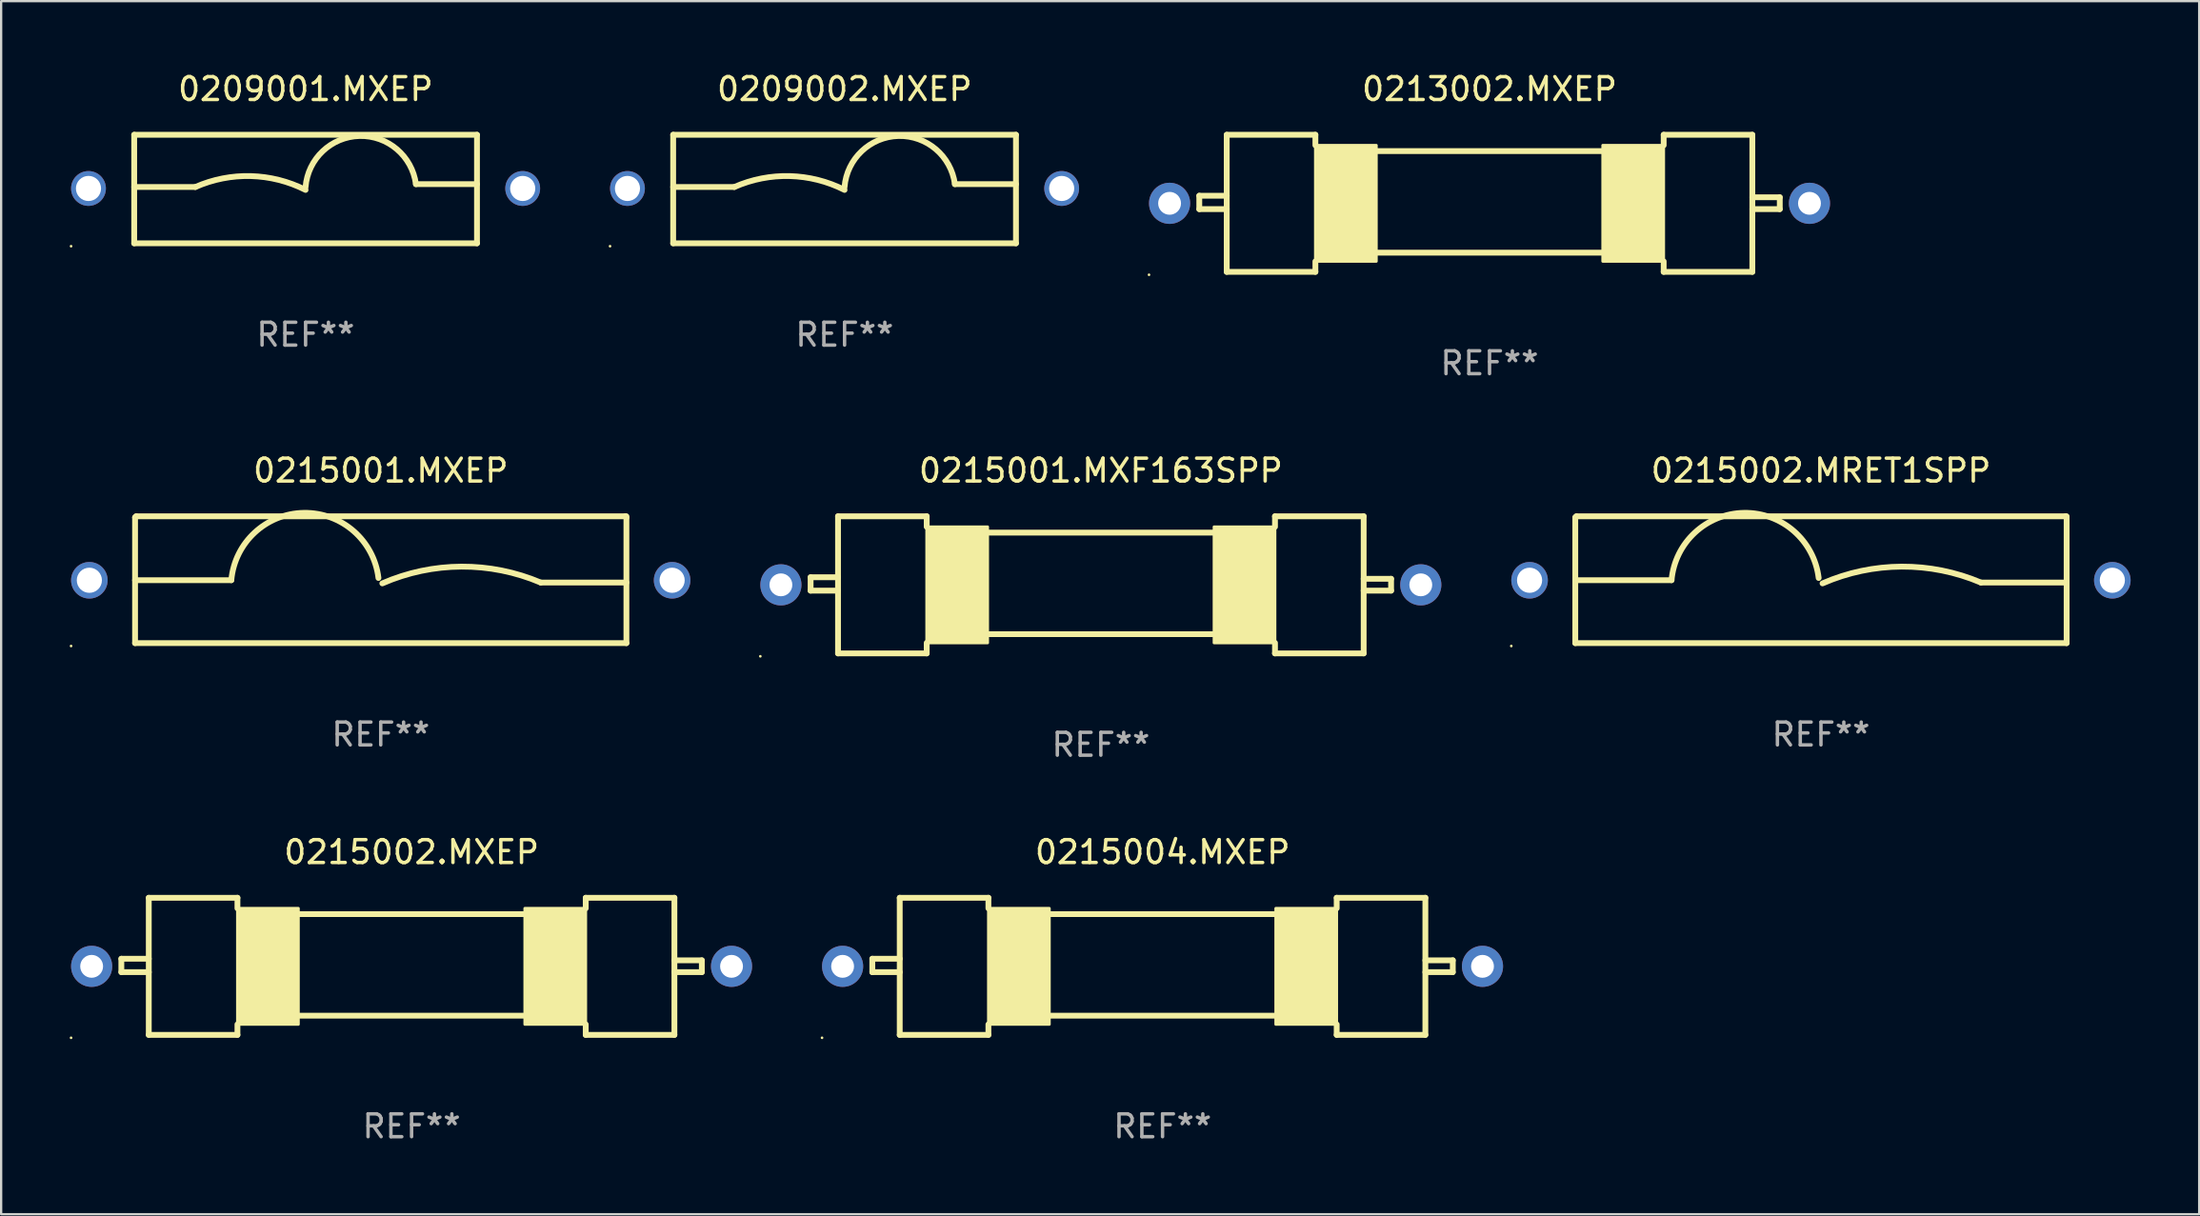
<source format=kicad_pcb>
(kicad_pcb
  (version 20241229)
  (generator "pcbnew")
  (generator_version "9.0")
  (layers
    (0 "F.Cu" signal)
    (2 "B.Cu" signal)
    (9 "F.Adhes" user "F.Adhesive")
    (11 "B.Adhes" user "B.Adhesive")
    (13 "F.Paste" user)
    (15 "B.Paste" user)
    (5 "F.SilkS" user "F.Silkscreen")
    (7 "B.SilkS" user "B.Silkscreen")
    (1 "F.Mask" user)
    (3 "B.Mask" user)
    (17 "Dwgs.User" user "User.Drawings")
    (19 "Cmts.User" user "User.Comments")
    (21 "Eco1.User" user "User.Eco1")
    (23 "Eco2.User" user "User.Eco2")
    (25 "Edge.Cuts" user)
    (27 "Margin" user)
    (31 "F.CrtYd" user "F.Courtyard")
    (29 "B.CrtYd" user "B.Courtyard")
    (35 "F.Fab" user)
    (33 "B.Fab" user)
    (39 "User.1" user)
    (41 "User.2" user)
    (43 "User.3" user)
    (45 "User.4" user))
  (footprint "0209001.MXEP"
    (layer "F.Cu")
    (at 10.322 5.223)
    (property "Reference" "0209001.MXEP" (at 0 -4.375 0) (layer "F.SilkS") (effects (font (size 1 1) (thickness 0.15))))
    (attr through_hole)
    (fp_line (start -7.5 -2.375) (end 7.5 -2.375) (stroke (width 0.254) (type solid)) (layer "F.SilkS"))
    (fp_line (start -7.5 2.375) (end -7.5 -2.375) (stroke (width 0.254) (type solid)) (layer "F.SilkS"))
    (fp_line (start -7.5 2.375) (end 7.5 2.375) (stroke (width 0.254) (type solid)) (layer "F.SilkS"))
    (fp_line (start -4.824 -0.089) (end -7.5 -0.089) (stroke (width 0.254) (type solid)) (layer "F.SilkS"))
    (fp_line (start 4.828 -0.214) (end 7.5 -0.214) (stroke (width 0.254) (type solid)) (layer "F.SilkS"))
    (fp_line (start 7.5 -2.375) (end 7.5 2.375) (stroke (width 0.254) (type solid)) (layer "F.SilkS"))
    (fp_arc (start -4.824359 -0.088748) (mid -2.398785 -0.567067) (end -0.001702 0.038074) (stroke (width 0.254001) (type solid)) (layer "F.SilkS"))
    (fp_arc (start -0.001625 -0.086488) (mid 2.355933 -2.321685) (end 4.827711 -0.213487) (stroke (width 0.254001) (type solid)) (layer "F.SilkS"))
    (fp_circle (center -10.262 2.502) (end -10.232 2.502) (stroke (width 0.06) (type solid)) (fill no) (layer "F.SilkS"))
    (fp_text user "REF**" (at 0 6.375 0) (layer "F.Fab") (effects (font (size 1 1) (thickness 0.15))))
    (pad "1" thru_hole circle (at -9.5 -0.025) (size 1.524 1.524) (drill 1.1) (layers "*.Cu" "*.Mask"))
    (pad "2" thru_hole circle (at 9.5 -0.025) (size 1.524 1.524) (drill 1.1) (layers "*.Cu" "*.Mask")))
  (footprint "0215001.MXEP"
    (layer "F.Cu")
    (at 13.61 22.32)
    (property "Reference" "0215001.MXEP" (at 0 -4.775 0) (layer "F.SilkS") (effects (font (size 1 1) (thickness 0.15))))
    (attr through_hole)
    (fp_line (start -10.75 -2.725) (end -10.7 -2.775) (stroke (width 0.254) (type solid)) (layer "F.SilkS"))
    (fp_line (start -10.75 2.775) (end -10.75 -2.725) (stroke (width 0.254) (type solid)) (layer "F.SilkS"))
    (fp_line (start -10.75 2.775) (end 10.75 2.775) (stroke (width 0.254) (type solid)) (layer "F.SilkS"))
    (fp_line (start -10.7 -2.775) (end 10.7 -2.775) (stroke (width 0.254) (type solid)) (layer "F.SilkS"))
    (fp_line (start -6.538 0.021) (end -10.75 0.021) (stroke (width 0.254) (type solid)) (layer "F.SilkS"))
    (fp_line (start 7 0.125) (end 10.75 0.125) (stroke (width 0.254) (type solid)) (layer "F.SilkS"))
    (fp_line (start 10.7 -2.775) (end 10.75 -2.725) (stroke (width 0.254) (type solid)) (layer "F.SilkS"))
    (fp_line (start 10.75 2.775) (end 10.75 -2.775) (stroke (width 0.254) (type solid)) (layer "F.SilkS"))
    (fp_arc (start -6.538277 0.020573) (mid -3.362163 -2.925392) (end -0.1 -0.075006) (stroke (width 0.254001) (type solid)) (layer "F.SilkS"))
    (fp_arc (start 0.069571 0.160528) (mid 3.531132 -0.572293) (end 7.000025 0.124994) (stroke (width 0.254001) (type solid)) (layer "F.SilkS"))
    (fp_circle (center -13.55 2.902) (end -13.52 2.902) (stroke (width 0.06) (type solid)) (fill no) (layer "F.SilkS"))
    (fp_text user "REF**" (at 0 6.775 0) (layer "F.Fab") (effects (font (size 1 1) (thickness 0.15))))
    (pad "1" thru_hole circle (at -12.75 0.025) (size 1.6 1.6) (drill 1.1) (layers "*.Cu" "*.Mask"))
    (pad "2" thru_hole circle (at 12.75 0.025) (size 1.6 1.6) (drill 1.1) (layers "*.Cu" "*.Mask")))
  (footprint "0215002.MXEP"
    (layer "F.Cu")
    (at 14.96 39.241)
    (property "Reference" "0215002.MXEP" (at 0 -5 0) (layer "F.SilkS") (effects (font (size 1 1) (thickness 0.15))))
    (attr through_hole)
    (fp_line (start -12.7 -0.332) (end -12.7 0.254) (stroke (width 0.254) (type solid)) (layer "F.SilkS"))
    (fp_line (start -12.7 0.254) (end -11.5 0.254) (stroke (width 0.254) (type solid)) (layer "F.SilkS"))
    (fp_line (start -11.5 -3) (end -11.5 3) (stroke (width 0.254) (type solid)) (layer "F.SilkS"))
    (fp_line (start -11.5 -3) (end -7.62 -3) (stroke (width 0.254) (type solid)) (layer "F.SilkS"))
    (fp_line (start -11.5 -0.332) (end -12.7 -0.332) (stroke (width 0.254) (type solid)) (layer "F.SilkS"))
    (fp_line (start -7.62 -2.54) (end -7.62 -3) (stroke (width 0.254) (type solid)) (layer "F.SilkS"))
    (fp_line (start -7.62 2.54) (end -7.62 3) (stroke (width 0.254) (type solid)) (layer "F.SilkS"))
    (fp_line (start -7.62 3) (end -11.5 3) (stroke (width 0.254) (type solid)) (layer "F.SilkS"))
    (fp_line (start -4.953 -2.286) (end 4.953 -2.286) (stroke (width 0.254) (type solid)) (layer "F.SilkS"))
    (fp_line (start -4.953 2.159) (end 4.953 2.159) (stroke (width 0.254) (type solid)) (layer "F.SilkS"))
    (fp_line (start 7.62 -3) (end 11.5 -3) (stroke (width 0.254) (type solid)) (layer "F.SilkS"))
    (fp_line (start 7.62 -2.54) (end 7.62 -3) (stroke (width 0.254) (type solid)) (layer "F.SilkS"))
    (fp_line (start 7.62 2.54) (end 7.62 3) (stroke (width 0.254) (type solid)) (layer "F.SilkS"))
    (fp_line (start 7.62 3) (end 11.5 3) (stroke (width 0.254) (type solid)) (layer "F.SilkS"))
    (fp_line (start 11.5 -3) (end 11.5 3) (stroke (width 0.254) (type solid)) (layer "F.SilkS"))
    (fp_line (start 11.5 -0.264) (end 12.7 -0.264) (stroke (width 0.254) (type solid)) (layer "F.SilkS"))
    (fp_line (start 12.7 -0.264) (end 12.7 0.254) (stroke (width 0.254) (type solid)) (layer "F.SilkS"))
    (fp_line (start 12.7 0.254) (end 11.5 0.254) (stroke (width 0.254) (type solid)) (layer "F.SilkS"))
    (fp_circle (center -14.9 3.127) (end -14.87 3.127) (stroke (width 0.06) (type solid)) (fill no) (layer "F.SilkS"))
    (fp_poly (pts (xy -7.62 -2.54) (xy -4.953 -2.54) (xy -4.953 2.54) (xy -7.62 2.54)) (stroke (width 0.12) (type solid)) (fill yes) (layer "F.SilkS"))
    (fp_poly (pts (xy 4.953 -2.54) (xy 7.62 -2.54) (xy 7.62 2.54) (xy 4.953 2.54)) (stroke (width 0.12) (type solid)) (fill yes) (layer "F.SilkS"))
    (fp_text user "REF**" (at 0 7 0) (layer "F.Fab") (effects (font (size 1 1) (thickness 0.15))))
    (pad "1" thru_hole circle (at -14 0) (size 1.8 1.8) (drill 1) (layers "*.Cu" "*.Mask"))
    (pad "2" thru_hole circle (at 14 0) (size 1.8 1.8) (drill 1) (layers "*.Cu" "*.Mask")))
  (footprint "0215001.MXF163SPP"
    (layer "F.Cu")
    (at 45.12 22.545)
    (property "Reference" "0215001.MXF163SPP" (at 0 -5 0) (layer "F.SilkS") (effects (font (size 1 1) (thickness 0.15))))
    (attr through_hole)
    (fp_line (start -12.7 -0.332) (end -12.7 0.254) (stroke (width 0.254) (type solid)) (layer "F.SilkS"))
    (fp_line (start -12.7 0.254) (end -11.5 0.254) (stroke (width 0.254) (type solid)) (layer "F.SilkS"))
    (fp_line (start -11.5 -3) (end -11.5 3) (stroke (width 0.254) (type solid)) (layer "F.SilkS"))
    (fp_line (start -11.5 -3) (end -7.62 -3) (stroke (width 0.254) (type solid)) (layer "F.SilkS"))
    (fp_line (start -11.5 -0.332) (end -12.7 -0.332) (stroke (width 0.254) (type solid)) (layer "F.SilkS"))
    (fp_line (start -7.62 -2.54) (end -7.62 -3) (stroke (width 0.254) (type solid)) (layer "F.SilkS"))
    (fp_line (start -7.62 2.54) (end -7.62 3) (stroke (width 0.254) (type solid)) (layer "F.SilkS"))
    (fp_line (start -7.62 3) (end -11.5 3) (stroke (width 0.254) (type solid)) (layer "F.SilkS"))
    (fp_line (start -4.953 -2.286) (end 4.953 -2.286) (stroke (width 0.254) (type solid)) (layer "F.SilkS"))
    (fp_line (start -4.953 2.159) (end 4.953 2.159) (stroke (width 0.254) (type solid)) (layer "F.SilkS"))
    (fp_line (start 7.62 -3) (end 11.5 -3) (stroke (width 0.254) (type solid)) (layer "F.SilkS"))
    (fp_line (start 7.62 -2.54) (end 7.62 -3) (stroke (width 0.254) (type solid)) (layer "F.SilkS"))
    (fp_line (start 7.62 2.54) (end 7.62 3) (stroke (width 0.254) (type solid)) (layer "F.SilkS"))
    (fp_line (start 7.62 3) (end 11.5 3) (stroke (width 0.254) (type solid)) (layer "F.SilkS"))
    (fp_line (start 11.5 -3) (end 11.5 3) (stroke (width 0.254) (type solid)) (layer "F.SilkS"))
    (fp_line (start 11.5 -0.264) (end 12.7 -0.264) (stroke (width 0.254) (type solid)) (layer "F.SilkS"))
    (fp_line (start 12.7 -0.264) (end 12.7 0.254) (stroke (width 0.254) (type solid)) (layer "F.SilkS"))
    (fp_line (start 12.7 0.254) (end 11.5 0.254) (stroke (width 0.254) (type solid)) (layer "F.SilkS"))
    (fp_circle (center -14.9 3.127) (end -14.87 3.127) (stroke (width 0.06) (type solid)) (fill no) (layer "F.SilkS"))
    (fp_poly (pts (xy -7.62 -2.54) (xy -4.953 -2.54) (xy -4.953 2.54) (xy -7.62 2.54)) (stroke (width 0.12) (type solid)) (fill yes) (layer "F.SilkS"))
    (fp_poly (pts (xy 4.953 -2.54) (xy 7.62 -2.54) (xy 7.62 2.54) (xy 4.953 2.54)) (stroke (width 0.12) (type solid)) (fill yes) (layer "F.SilkS"))
    (fp_text user "REF**" (at 0 7 0) (layer "F.Fab") (effects (font (size 1 1) (thickness 0.15))))
    (pad "1" thru_hole circle (at -14 0) (size 1.8 1.8) (drill 1) (layers "*.Cu" "*.Mask"))
    (pad "2" thru_hole circle (at 14 0) (size 1.8 1.8) (drill 1) (layers "*.Cu" "*.Mask")))
  (footprint "0213002.MXEP"
    (layer "F.Cu")
    (at 62.128 5.848)
    (property "Reference" "0213002.MXEP" (at 0 -5 0) (layer "F.SilkS") (effects (font (size 1 1) (thickness 0.15))))
    (attr through_hole)
    (fp_line (start -12.7 -0.332) (end -12.7 0.254) (stroke (width 0.254) (type solid)) (layer "F.SilkS"))
    (fp_line (start -12.7 0.254) (end -11.5 0.254) (stroke (width 0.254) (type solid)) (layer "F.SilkS"))
    (fp_line (start -11.5 -3) (end -11.5 3) (stroke (width 0.254) (type solid)) (layer "F.SilkS"))
    (fp_line (start -11.5 -3) (end -7.62 -3) (stroke (width 0.254) (type solid)) (layer "F.SilkS"))
    (fp_line (start -11.5 -0.332) (end -12.7 -0.332) (stroke (width 0.254) (type solid)) (layer "F.SilkS"))
    (fp_line (start -7.62 -2.54) (end -7.62 -3) (stroke (width 0.254) (type solid)) (layer "F.SilkS"))
    (fp_line (start -7.62 2.54) (end -7.62 3) (stroke (width 0.254) (type solid)) (layer "F.SilkS"))
    (fp_line (start -7.62 3) (end -11.5 3) (stroke (width 0.254) (type solid)) (layer "F.SilkS"))
    (fp_line (start -4.953 -2.286) (end 4.953 -2.286) (stroke (width 0.254) (type solid)) (layer "F.SilkS"))
    (fp_line (start -4.953 2.159) (end 4.953 2.159) (stroke (width 0.254) (type solid)) (layer "F.SilkS"))
    (fp_line (start 7.62 -3) (end 11.5 -3) (stroke (width 0.254) (type solid)) (layer "F.SilkS"))
    (fp_line (start 7.62 -2.54) (end 7.62 -3) (stroke (width 0.254) (type solid)) (layer "F.SilkS"))
    (fp_line (start 7.62 2.54) (end 7.62 3) (stroke (width 0.254) (type solid)) (layer "F.SilkS"))
    (fp_line (start 7.62 3) (end 11.5 3) (stroke (width 0.254) (type solid)) (layer "F.SilkS"))
    (fp_line (start 11.5 -3) (end 11.5 3) (stroke (width 0.254) (type solid)) (layer "F.SilkS"))
    (fp_line (start 11.5 -0.264) (end 12.7 -0.264) (stroke (width 0.254) (type solid)) (layer "F.SilkS"))
    (fp_line (start 12.7 -0.264) (end 12.7 0.254) (stroke (width 0.254) (type solid)) (layer "F.SilkS"))
    (fp_line (start 12.7 0.254) (end 11.5 0.254) (stroke (width 0.254) (type solid)) (layer "F.SilkS"))
    (fp_circle (center -14.9 3.127) (end -14.87 3.127) (stroke (width 0.06) (type solid)) (fill no) (layer "F.SilkS"))
    (fp_poly (pts (xy -7.62 -2.54) (xy -4.953 -2.54) (xy -4.953 2.54) (xy -7.62 2.54)) (stroke (width 0.12) (type solid)) (fill yes) (layer "F.SilkS"))
    (fp_poly (pts (xy 4.953 -2.54) (xy 7.62 -2.54) (xy 7.62 2.54) (xy 4.953 2.54)) (stroke (width 0.12) (type solid)) (fill yes) (layer "F.SilkS"))
    (fp_text user "REF**" (at 0 7 0) (layer "F.Fab") (effects (font (size 1 1) (thickness 0.15))))
    (pad "1" thru_hole circle (at -14 0) (size 1.8 1.8) (drill 1) (layers "*.Cu" "*.Mask"))
    (pad "2" thru_hole circle (at 14 0) (size 1.8 1.8) (drill 1) (layers "*.Cu" "*.Mask")))
  (footprint "0209002.MXEP"
    (layer "F.Cu")
    (at 33.906 5.223)
    (property "Reference" "0209002.MXEP" (at 0 -4.375 0) (layer "F.SilkS") (effects (font (size 1 1) (thickness 0.15))))
    (attr through_hole)
    (fp_line (start -7.5 -2.375) (end 7.5 -2.375) (stroke (width 0.254) (type solid)) (layer "F.SilkS"))
    (fp_line (start -7.5 2.375) (end -7.5 -2.375) (stroke (width 0.254) (type solid)) (layer "F.SilkS"))
    (fp_line (start -7.5 2.375) (end 7.5 2.375) (stroke (width 0.254) (type solid)) (layer "F.SilkS"))
    (fp_line (start -4.824 -0.089) (end -7.5 -0.089) (stroke (width 0.254) (type solid)) (layer "F.SilkS"))
    (fp_line (start 4.828 -0.214) (end 7.5 -0.214) (stroke (width 0.254) (type solid)) (layer "F.SilkS"))
    (fp_line (start 7.5 -2.375) (end 7.5 2.375) (stroke (width 0.254) (type solid)) (layer "F.SilkS"))
    (fp_arc (start -4.824359 -0.088748) (mid -2.398785 -0.567067) (end -0.001702 0.038074) (stroke (width 0.254001) (type solid)) (layer "F.SilkS"))
    (fp_arc (start -0.001625 -0.086488) (mid 2.355933 -2.321685) (end 4.827711 -0.213487) (stroke (width 0.254001) (type solid)) (layer "F.SilkS"))
    (fp_circle (center -10.262 2.502) (end -10.232 2.502) (stroke (width 0.06) (type solid)) (fill no) (layer "F.SilkS"))
    (fp_text user "REF**" (at 0 6.375 0) (layer "F.Fab") (effects (font (size 1 1) (thickness 0.15))))
    (pad "1" thru_hole circle (at -9.5 -0.025) (size 1.524 1.524) (drill 1.1) (layers "*.Cu" "*.Mask"))
    (pad "2" thru_hole circle (at 9.5 -0.025) (size 1.524 1.524) (drill 1.1) (layers "*.Cu" "*.Mask")))
  (footprint "0215004.MXEP"
    (layer "F.Cu")
    (at 47.82 39.241)
    (property "Reference" "0215004.MXEP" (at 0 -5 0) (layer "F.SilkS") (effects (font (size 1 1) (thickness 0.15))))
    (attr through_hole)
    (fp_line (start -12.7 -0.332) (end -12.7 0.254) (stroke (width 0.254) (type solid)) (layer "F.SilkS"))
    (fp_line (start -12.7 0.254) (end -11.5 0.254) (stroke (width 0.254) (type solid)) (layer "F.SilkS"))
    (fp_line (start -11.5 -3) (end -11.5 3) (stroke (width 0.254) (type solid)) (layer "F.SilkS"))
    (fp_line (start -11.5 -3) (end -7.62 -3) (stroke (width 0.254) (type solid)) (layer "F.SilkS"))
    (fp_line (start -11.5 -0.332) (end -12.7 -0.332) (stroke (width 0.254) (type solid)) (layer "F.SilkS"))
    (fp_line (start -7.62 -2.54) (end -7.62 -3) (stroke (width 0.254) (type solid)) (layer "F.SilkS"))
    (fp_line (start -7.62 2.54) (end -7.62 3) (stroke (width 0.254) (type solid)) (layer "F.SilkS"))
    (fp_line (start -7.62 3) (end -11.5 3) (stroke (width 0.254) (type solid)) (layer "F.SilkS"))
    (fp_line (start -4.953 -2.286) (end 4.953 -2.286) (stroke (width 0.254) (type solid)) (layer "F.SilkS"))
    (fp_line (start -4.953 2.159) (end 4.953 2.159) (stroke (width 0.254) (type solid)) (layer "F.SilkS"))
    (fp_line (start 7.62 -3) (end 11.5 -3) (stroke (width 0.254) (type solid)) (layer "F.SilkS"))
    (fp_line (start 7.62 -2.54) (end 7.62 -3) (stroke (width 0.254) (type solid)) (layer "F.SilkS"))
    (fp_line (start 7.62 2.54) (end 7.62 3) (stroke (width 0.254) (type solid)) (layer "F.SilkS"))
    (fp_line (start 7.62 3) (end 11.5 3) (stroke (width 0.254) (type solid)) (layer "F.SilkS"))
    (fp_line (start 11.5 -3) (end 11.5 3) (stroke (width 0.254) (type solid)) (layer "F.SilkS"))
    (fp_line (start 11.5 -0.264) (end 12.7 -0.264) (stroke (width 0.254) (type solid)) (layer "F.SilkS"))
    (fp_line (start 12.7 -0.264) (end 12.7 0.254) (stroke (width 0.254) (type solid)) (layer "F.SilkS"))
    (fp_line (start 12.7 0.254) (end 11.5 0.254) (stroke (width 0.254) (type solid)) (layer "F.SilkS"))
    (fp_circle (center -14.9 3.127) (end -14.87 3.127) (stroke (width 0.06) (type solid)) (fill no) (layer "F.SilkS"))
    (fp_poly (pts (xy -7.62 -2.54) (xy -4.953 -2.54) (xy -4.953 2.54) (xy -7.62 2.54)) (stroke (width 0.12) (type solid)) (fill yes) (layer "F.SilkS"))
    (fp_poly (pts (xy 4.953 -2.54) (xy 7.62 -2.54) (xy 7.62 2.54) (xy 4.953 2.54)) (stroke (width 0.12) (type solid)) (fill yes) (layer "F.SilkS"))
    (fp_text user "REF**" (at 0 7 0) (layer "F.Fab") (effects (font (size 1 1) (thickness 0.15))))
    (pad "1" thru_hole circle (at -14 0) (size 1.8 1.8) (drill 1) (layers "*.Cu" "*.Mask"))
    (pad "2" thru_hole circle (at 14 0) (size 1.8 1.8) (drill 1) (layers "*.Cu" "*.Mask")))
  (footprint "0215002.MRET1SPP"
    (layer "F.Cu")
    (at 76.63 22.32)
    (property "Reference" "0215002.MRET1SPP" (at 0 -4.775 0) (layer "F.SilkS") (effects (font (size 1 1) (thickness 0.15))))
    (attr through_hole)
    (fp_line (start -10.75 -2.725) (end -10.7 -2.775) (stroke (width 0.254) (type solid)) (layer "F.SilkS"))
    (fp_line (start -10.75 2.775) (end -10.75 -2.725) (stroke (width 0.254) (type solid)) (layer "F.SilkS"))
    (fp_line (start -10.75 2.775) (end 10.75 2.775) (stroke (width 0.254) (type solid)) (layer "F.SilkS"))
    (fp_line (start -10.7 -2.775) (end 10.7 -2.775) (stroke (width 0.254) (type solid)) (layer "F.SilkS"))
    (fp_line (start -6.538 0.021) (end -10.75 0.021) (stroke (width 0.254) (type solid)) (layer "F.SilkS"))
    (fp_line (start 7 0.125) (end 10.75 0.125) (stroke (width 0.254) (type solid)) (layer "F.SilkS"))
    (fp_line (start 10.7 -2.775) (end 10.75 -2.725) (stroke (width 0.254) (type solid)) (layer "F.SilkS"))
    (fp_line (start 10.75 2.775) (end 10.75 -2.775) (stroke (width 0.254) (type solid)) (layer "F.SilkS"))
    (fp_arc (start -6.538277 0.020573) (mid -3.362163 -2.925392) (end -0.1 -0.075006) (stroke (width 0.254001) (type solid)) (layer "F.SilkS"))
    (fp_arc (start 0.069571 0.160528) (mid 3.531132 -0.572293) (end 7.000025 0.124994) (stroke (width 0.254001) (type solid)) (layer "F.SilkS"))
    (fp_circle (center -13.55 2.902) (end -13.52 2.902) (stroke (width 0.06) (type solid)) (fill no) (layer "F.SilkS"))
    (fp_text user "REF**" (at 0 6.775 0) (layer "F.Fab") (effects (font (size 1 1) (thickness 0.15))))
    (pad "1" thru_hole circle (at -12.75 0.025) (size 1.6 1.6) (drill 1.1) (layers "*.Cu" "*.Mask"))
    (pad "2" thru_hole circle (at 12.75 0.025) (size 1.6 1.6) (drill 1.1) (layers "*.Cu" "*.Mask")))
  (gr_rect
    (start -3 -3)
    (end 93.18 50.09)
    (stroke (width 0.1) (type default))
    (fill no)
    (layer "Edge.Cuts")))
</source>
